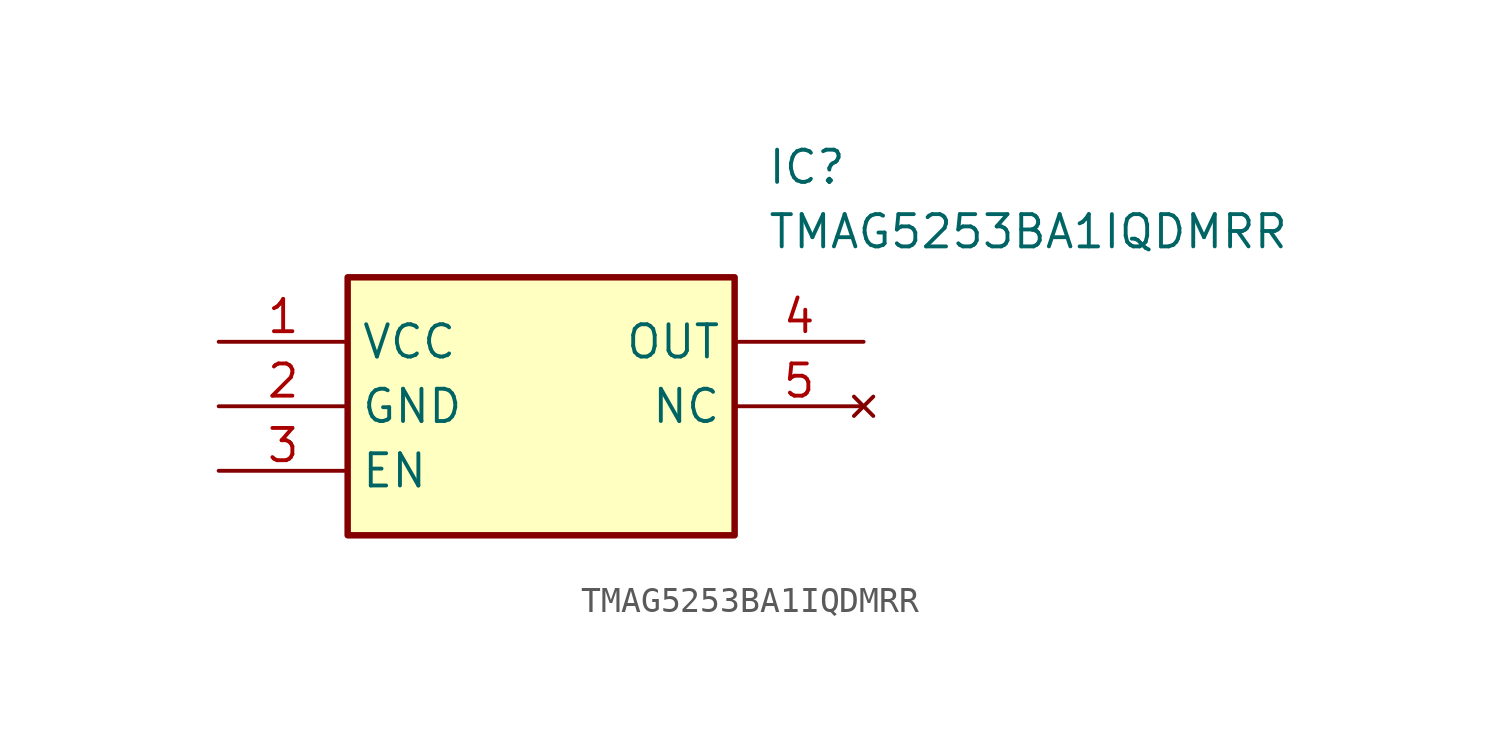
<source format=kicad_sym>
(kicad_symbol_lib
  (version 20241209)
  (generator "kicad_symbol_editor")
  (generator_version "9.0")
  (symbol "TMAG5253BA1IQDMRR"
    (property "Reference" "IC"
      (at 21.59 7.62 0)
      (effects (font (size 1.27 1.27)) (justify left top)))
    (property "Value" "TMAG5253BA1IQDMRR"
      (at 21.59 5.08 0)
      (effects (font (size 1.27 1.27)) (justify left top)))
    (symbol "TMAG5253BA1IQDMRR_1_1"
      (rectangle (start 5.08 2.54) (end 20.32 -7.62) (stroke (width 0.254) (type default)) (fill (type background)))
      (pin passive line (at 0 0 0) (length 5.08) (name "VCC" (effects (font (size 1.27 1.27)))) (number "1" (effects (font (size 1.27 1.27)))))
      (pin passive line (at 0 -2.54 0) (length 5.08) (name "GND" (effects (font (size 1.27 1.27)))) (number "2" (effects (font (size 1.27 1.27)))))
      (pin passive line (at 0 -5.08 0) (length 5.08) (name "EN" (effects (font (size 1.27 1.27)))) (number "3" (effects (font (size 1.27 1.27)))))
      (pin passive line (at 25.4 0 180) (length 5.08) (name "OUT" (effects (font (size 1.27 1.27)))) (number "4" (effects (font (size 1.27 1.27)))))
      (pin no_connect line (at 25.4 -2.54 180) (length 5.08) (name "NC" (effects (font (size 1.27 1.27)))) (number "5" (effects (font (size 1.27 1.27))))))))
</source>
